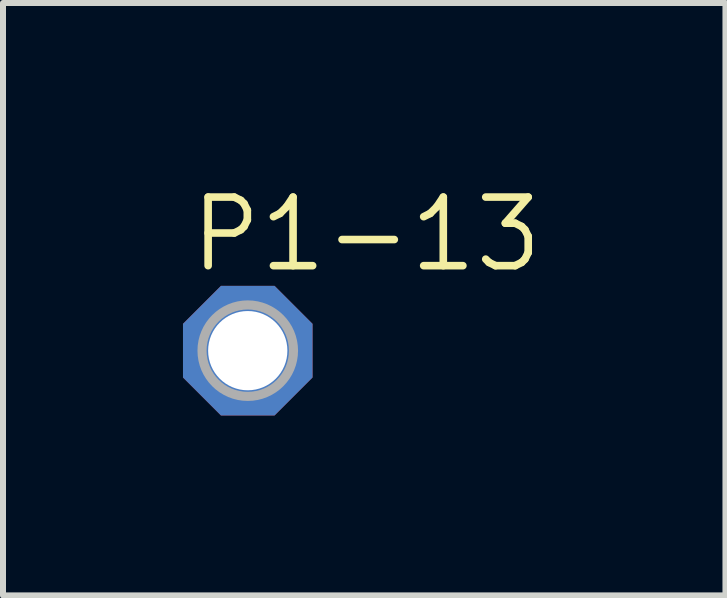
<source format=kicad_pcb>
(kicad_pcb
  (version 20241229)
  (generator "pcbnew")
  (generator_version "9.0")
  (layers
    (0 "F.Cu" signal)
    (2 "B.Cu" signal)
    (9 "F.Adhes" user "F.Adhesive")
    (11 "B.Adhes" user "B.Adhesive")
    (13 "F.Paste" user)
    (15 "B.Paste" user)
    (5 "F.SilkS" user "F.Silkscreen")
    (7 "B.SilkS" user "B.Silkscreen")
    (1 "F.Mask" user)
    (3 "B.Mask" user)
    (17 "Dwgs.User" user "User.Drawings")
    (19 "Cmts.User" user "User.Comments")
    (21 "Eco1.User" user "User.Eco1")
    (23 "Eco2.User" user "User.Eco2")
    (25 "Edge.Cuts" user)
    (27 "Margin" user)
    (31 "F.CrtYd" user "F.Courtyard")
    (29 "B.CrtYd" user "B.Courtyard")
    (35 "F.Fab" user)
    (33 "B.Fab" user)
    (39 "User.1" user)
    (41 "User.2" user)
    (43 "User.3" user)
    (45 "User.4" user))
  (footprint "P1-13"
    (layer "F.Cu")
    (at 1.079 2.794)
    (property "Reference" "P1-13" (at -1.016 -1.27 0) (layer "F.SilkS") (effects (font (size 1.143 1.143) (thickness 0.127)) (justify left bottom)))
    (fp_circle (center 0 0) (end 0.762 0) (stroke (width 0.152) (type solid)) (fill no) (layer "F.Fab"))
    (fp_poly (pts (xy -0.33 0.33) (xy 0.33 0.33) (xy 0.33 -0.33) (xy -0.33 -0.33)) (stroke (width 0.1) (type solid)) (fill no) (layer "F.Fab"))
    (pad "TP" thru_hole roundrect (at 0 0) (size 2.159 2.159) (drill 1.321) (layers "*.Cu" "*.Mask") (roundrect_rratio 0.25) (chamfer_ratio 0.293) (chamfer top_left top_right bottom_left bottom_right)))
  (gr_rect
    (start -3 -3)
    (end 9.04 6.873)
    (stroke (width 0.1) (type default))
    (fill no)
    (layer "Edge.Cuts")))
</source>
